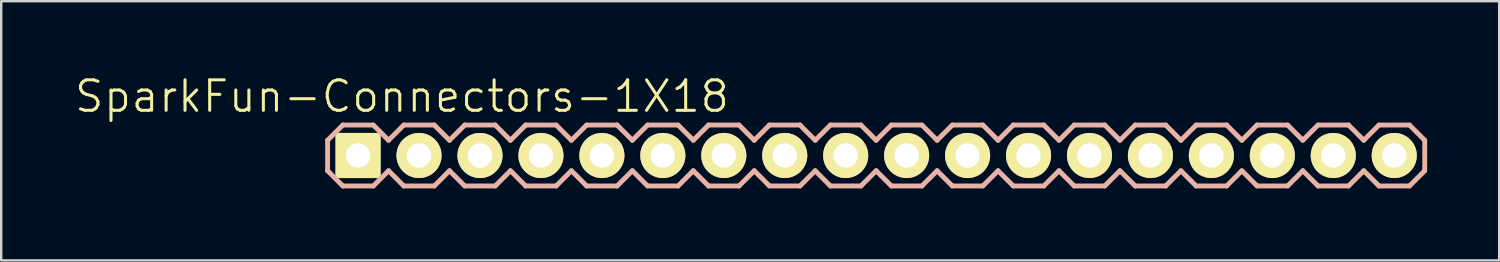
<source format=kicad_pcb>
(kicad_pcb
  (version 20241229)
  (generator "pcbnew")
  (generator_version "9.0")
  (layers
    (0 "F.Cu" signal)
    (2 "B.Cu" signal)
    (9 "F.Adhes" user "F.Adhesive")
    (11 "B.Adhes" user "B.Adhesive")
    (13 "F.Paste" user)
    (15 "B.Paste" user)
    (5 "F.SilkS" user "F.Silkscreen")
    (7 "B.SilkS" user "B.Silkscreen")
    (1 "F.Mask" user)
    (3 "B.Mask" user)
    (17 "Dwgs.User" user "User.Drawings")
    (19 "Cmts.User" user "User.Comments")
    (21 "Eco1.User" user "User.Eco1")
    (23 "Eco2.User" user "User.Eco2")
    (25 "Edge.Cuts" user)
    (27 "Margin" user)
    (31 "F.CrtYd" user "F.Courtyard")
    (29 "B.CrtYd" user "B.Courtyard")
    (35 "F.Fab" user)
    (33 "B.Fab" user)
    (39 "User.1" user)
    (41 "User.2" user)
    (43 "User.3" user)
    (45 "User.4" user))
  (footprint "SparkFun-Connectors-1X18"
    (layer "F.Cu")
    (at 11.872 3.43)
    (property "Reference" "SparkFun-Connectors-1X18" (at 1.829 -2.464 0) (layer "F.SilkS") (effects (font (size 1.27 1.27) (thickness 0.127))))
    (attr exclude_from_pos_files exclude_from_bom)
    (fp_line (start -0.254 -0.254) (end 0.254 -0.254) (stroke (width 0.066) (type solid)) (layer "F.SilkS"))
    (fp_line (start -0.254 0.254) (end -0.254 -0.254) (stroke (width 0.066) (type solid)) (layer "F.SilkS"))
    (fp_line (start -0.254 0.254) (end 0.254 0.254) (stroke (width 0.066) (type solid)) (layer "F.SilkS"))
    (fp_line (start 0.254 0.254) (end 0.254 -0.254) (stroke (width 0.066) (type solid)) (layer "F.SilkS"))
    (fp_line (start 2.286 -0.254) (end 2.794 -0.254) (stroke (width 0.066) (type solid)) (layer "F.SilkS"))
    (fp_line (start 2.286 0.254) (end 2.286 -0.254) (stroke (width 0.066) (type solid)) (layer "F.SilkS"))
    (fp_line (start 2.286 0.254) (end 2.794 0.254) (stroke (width 0.066) (type solid)) (layer "F.SilkS"))
    (fp_line (start 2.794 0.254) (end 2.794 -0.254) (stroke (width 0.066) (type solid)) (layer "F.SilkS"))
    (fp_line (start 4.826 -0.254) (end 5.334 -0.254) (stroke (width 0.066) (type solid)) (layer "F.SilkS"))
    (fp_line (start 4.826 0.254) (end 4.826 -0.254) (stroke (width 0.066) (type solid)) (layer "F.SilkS"))
    (fp_line (start 4.826 0.254) (end 5.334 0.254) (stroke (width 0.066) (type solid)) (layer "F.SilkS"))
    (fp_line (start 5.334 0.254) (end 5.334 -0.254) (stroke (width 0.066) (type solid)) (layer "F.SilkS"))
    (fp_line (start 7.366 -0.254) (end 7.874 -0.254) (stroke (width 0.066) (type solid)) (layer "F.SilkS"))
    (fp_line (start 7.366 0.254) (end 7.366 -0.254) (stroke (width 0.066) (type solid)) (layer "F.SilkS"))
    (fp_line (start 7.366 0.254) (end 7.874 0.254) (stroke (width 0.066) (type solid)) (layer "F.SilkS"))
    (fp_line (start 7.874 0.254) (end 7.874 -0.254) (stroke (width 0.066) (type solid)) (layer "F.SilkS"))
    (fp_line (start 9.906 -0.254) (end 10.414 -0.254) (stroke (width 0.066) (type solid)) (layer "F.SilkS"))
    (fp_line (start 9.906 0.254) (end 9.906 -0.254) (stroke (width 0.066) (type solid)) (layer "F.SilkS"))
    (fp_line (start 9.906 0.254) (end 10.414 0.254) (stroke (width 0.066) (type solid)) (layer "F.SilkS"))
    (fp_line (start 10.414 0.254) (end 10.414 -0.254) (stroke (width 0.066) (type solid)) (layer "F.SilkS"))
    (fp_line (start 12.446 -0.254) (end 12.954 -0.254) (stroke (width 0.066) (type solid)) (layer "F.SilkS"))
    (fp_line (start 12.446 0.254) (end 12.446 -0.254) (stroke (width 0.066) (type solid)) (layer "F.SilkS"))
    (fp_line (start 12.446 0.254) (end 12.954 0.254) (stroke (width 0.066) (type solid)) (layer "F.SilkS"))
    (fp_line (start 12.954 0.254) (end 12.954 -0.254) (stroke (width 0.066) (type solid)) (layer "F.SilkS"))
    (fp_line (start 14.986 -0.254) (end 15.494 -0.254) (stroke (width 0.066) (type solid)) (layer "F.SilkS"))
    (fp_line (start 14.986 0.254) (end 14.986 -0.254) (stroke (width 0.066) (type solid)) (layer "F.SilkS"))
    (fp_line (start 14.986 0.254) (end 15.494 0.254) (stroke (width 0.066) (type solid)) (layer "F.SilkS"))
    (fp_line (start 15.494 0.254) (end 15.494 -0.254) (stroke (width 0.066) (type solid)) (layer "F.SilkS"))
    (fp_line (start 17.523 -0.254) (end 18.034 -0.254) (stroke (width 0.066) (type solid)) (layer "F.SilkS"))
    (fp_line (start 17.523 0.254) (end 17.523 -0.254) (stroke (width 0.066) (type solid)) (layer "F.SilkS"))
    (fp_line (start 17.523 0.254) (end 18.034 0.254) (stroke (width 0.066) (type solid)) (layer "F.SilkS"))
    (fp_line (start 18.034 0.254) (end 18.034 -0.254) (stroke (width 0.066) (type solid)) (layer "F.SilkS"))
    (fp_line (start 20.066 -0.254) (end 20.574 -0.254) (stroke (width 0.066) (type solid)) (layer "F.SilkS"))
    (fp_line (start 20.066 0.254) (end 20.066 -0.254) (stroke (width 0.066) (type solid)) (layer "F.SilkS"))
    (fp_line (start 20.066 0.254) (end 20.574 0.254) (stroke (width 0.066) (type solid)) (layer "F.SilkS"))
    (fp_line (start 20.574 0.254) (end 20.574 -0.254) (stroke (width 0.066) (type solid)) (layer "F.SilkS"))
    (fp_line (start 22.606 -0.254) (end 23.114 -0.254) (stroke (width 0.066) (type solid)) (layer "F.SilkS"))
    (fp_line (start 22.606 0.254) (end 22.606 -0.254) (stroke (width 0.066) (type solid)) (layer "F.SilkS"))
    (fp_line (start 22.606 0.254) (end 23.114 0.254) (stroke (width 0.066) (type solid)) (layer "F.SilkS"))
    (fp_line (start 23.114 0.254) (end 23.114 -0.254) (stroke (width 0.066) (type solid)) (layer "F.SilkS"))
    (fp_line (start 25.146 -0.254) (end 25.654 -0.254) (stroke (width 0.066) (type solid)) (layer "F.SilkS"))
    (fp_line (start 25.146 0.254) (end 25.146 -0.254) (stroke (width 0.066) (type solid)) (layer "F.SilkS"))
    (fp_line (start 25.146 0.254) (end 25.654 0.254) (stroke (width 0.066) (type solid)) (layer "F.SilkS"))
    (fp_line (start 25.654 0.254) (end 25.654 -0.254) (stroke (width 0.066) (type solid)) (layer "F.SilkS"))
    (fp_line (start 27.686 -0.254) (end 28.194 -0.254) (stroke (width 0.066) (type solid)) (layer "F.SilkS"))
    (fp_line (start 27.686 0.254) (end 27.686 -0.254) (stroke (width 0.066) (type solid)) (layer "F.SilkS"))
    (fp_line (start 27.686 0.254) (end 28.194 0.254) (stroke (width 0.066) (type solid)) (layer "F.SilkS"))
    (fp_line (start 28.194 0.254) (end 28.194 -0.254) (stroke (width 0.066) (type solid)) (layer "F.SilkS"))
    (fp_line (start 30.226 -0.254) (end 30.734 -0.254) (stroke (width 0.066) (type solid)) (layer "F.SilkS"))
    (fp_line (start 30.226 0.254) (end 30.226 -0.254) (stroke (width 0.066) (type solid)) (layer "F.SilkS"))
    (fp_line (start 30.226 0.254) (end 30.734 0.254) (stroke (width 0.066) (type solid)) (layer "F.SilkS"))
    (fp_line (start 30.734 0.254) (end 30.734 -0.254) (stroke (width 0.066) (type solid)) (layer "F.SilkS"))
    (fp_line (start 32.766 -0.254) (end 33.274 -0.254) (stroke (width 0.066) (type solid)) (layer "F.SilkS"))
    (fp_line (start 32.766 0.254) (end 32.766 -0.254) (stroke (width 0.066) (type solid)) (layer "F.SilkS"))
    (fp_line (start 32.766 0.254) (end 33.274 0.254) (stroke (width 0.066) (type solid)) (layer "F.SilkS"))
    (fp_line (start 33.274 0.254) (end 33.274 -0.254) (stroke (width 0.066) (type solid)) (layer "F.SilkS"))
    (fp_line (start 35.303 -0.254) (end 35.814 -0.254) (stroke (width 0.066) (type solid)) (layer "F.SilkS"))
    (fp_line (start 35.303 0.254) (end 35.303 -0.254) (stroke (width 0.066) (type solid)) (layer "F.SilkS"))
    (fp_line (start 35.303 0.254) (end 35.814 0.254) (stroke (width 0.066) (type solid)) (layer "F.SilkS"))
    (fp_line (start 35.814 0.254) (end 35.814 -0.254) (stroke (width 0.066) (type solid)) (layer "F.SilkS"))
    (fp_line (start 37.846 -0.254) (end 38.354 -0.254) (stroke (width 0.066) (type solid)) (layer "F.SilkS"))
    (fp_line (start 37.846 0.254) (end 37.846 -0.254) (stroke (width 0.066) (type solid)) (layer "F.SilkS"))
    (fp_line (start 37.846 0.254) (end 38.354 0.254) (stroke (width 0.066) (type solid)) (layer "F.SilkS"))
    (fp_line (start 38.354 0.254) (end 38.354 -0.254) (stroke (width 0.066) (type solid)) (layer "F.SilkS"))
    (fp_line (start 40.386 -0.254) (end 40.894 -0.254) (stroke (width 0.066) (type solid)) (layer "F.SilkS"))
    (fp_line (start 40.386 0.254) (end 40.386 -0.254) (stroke (width 0.066) (type solid)) (layer "F.SilkS"))
    (fp_line (start 40.386 0.254) (end 40.894 0.254) (stroke (width 0.066) (type solid)) (layer "F.SilkS"))
    (fp_line (start 40.894 0.254) (end 40.894 -0.254) (stroke (width 0.066) (type solid)) (layer "F.SilkS"))
    (fp_line (start 42.926 -0.254) (end 43.434 -0.254) (stroke (width 0.066) (type solid)) (layer "F.SilkS"))
    (fp_line (start 42.926 0.254) (end 42.926 -0.254) (stroke (width 0.066) (type solid)) (layer "F.SilkS"))
    (fp_line (start 42.926 0.254) (end 43.434 0.254) (stroke (width 0.066) (type solid)) (layer "F.SilkS"))
    (fp_line (start 43.434 0.254) (end 43.434 -0.254) (stroke (width 0.066) (type solid)) (layer "F.SilkS"))
    (fp_line (start -1.27 -0.635) (end -1.27 0.635) (stroke (width 0.203) (type solid)) (layer "B.SilkS"))
    (fp_line (start -1.27 0.635) (end -0.635 1.27) (stroke (width 0.203) (type solid)) (layer "B.SilkS"))
    (fp_line (start -0.635 -1.27) (end -1.27 -0.635) (stroke (width 0.203) (type solid)) (layer "B.SilkS"))
    (fp_line (start -0.635 -1.27) (end 0.635 -1.27) (stroke (width 0.203) (type solid)) (layer "B.SilkS"))
    (fp_line (start 0.635 -1.27) (end 1.27 -0.635) (stroke (width 0.203) (type solid)) (layer "B.SilkS"))
    (fp_line (start 0.635 1.27) (end -0.635 1.27) (stroke (width 0.203) (type solid)) (layer "B.SilkS"))
    (fp_line (start 1.27 -0.635) (end 1.905 -1.27) (stroke (width 0.203) (type solid)) (layer "B.SilkS"))
    (fp_line (start 1.27 0.635) (end 0.635 1.27) (stroke (width 0.203) (type solid)) (layer "B.SilkS"))
    (fp_line (start 1.905 -1.27) (end 3.175 -1.27) (stroke (width 0.203) (type solid)) (layer "B.SilkS"))
    (fp_line (start 1.905 1.27) (end 1.27 0.635) (stroke (width 0.203) (type solid)) (layer "B.SilkS"))
    (fp_line (start 3.175 -1.27) (end 3.81 -0.635) (stroke (width 0.203) (type solid)) (layer "B.SilkS"))
    (fp_line (start 3.175 1.27) (end 1.905 1.27) (stroke (width 0.203) (type solid)) (layer "B.SilkS"))
    (fp_line (start 3.81 -0.635) (end 4.445 -1.27) (stroke (width 0.203) (type solid)) (layer "B.SilkS"))
    (fp_line (start 3.81 0.635) (end 3.175 1.27) (stroke (width 0.203) (type solid)) (layer "B.SilkS"))
    (fp_line (start 4.445 -1.27) (end 5.715 -1.27) (stroke (width 0.203) (type solid)) (layer "B.SilkS"))
    (fp_line (start 4.445 1.27) (end 3.81 0.635) (stroke (width 0.203) (type solid)) (layer "B.SilkS"))
    (fp_line (start 5.715 -1.27) (end 6.35 -0.635) (stroke (width 0.203) (type solid)) (layer "B.SilkS"))
    (fp_line (start 5.715 1.27) (end 4.445 1.27) (stroke (width 0.203) (type solid)) (layer "B.SilkS"))
    (fp_line (start 6.35 0.635) (end 5.715 1.27) (stroke (width 0.203) (type solid)) (layer "B.SilkS"))
    (fp_line (start 6.35 0.635) (end 6.985 1.27) (stroke (width 0.203) (type solid)) (layer "B.SilkS"))
    (fp_line (start 6.985 -1.27) (end 6.35 -0.635) (stroke (width 0.203) (type solid)) (layer "B.SilkS"))
    (fp_line (start 6.985 -1.27) (end 8.255 -1.27) (stroke (width 0.203) (type solid)) (layer "B.SilkS"))
    (fp_line (start 8.255 -1.27) (end 8.89 -0.635) (stroke (width 0.203) (type solid)) (layer "B.SilkS"))
    (fp_line (start 8.255 1.27) (end 6.985 1.27) (stroke (width 0.203) (type solid)) (layer "B.SilkS"))
    (fp_line (start 8.89 -0.635) (end 9.525 -1.27) (stroke (width 0.203) (type solid)) (layer "B.SilkS"))
    (fp_line (start 8.89 0.635) (end 8.255 1.27) (stroke (width 0.203) (type solid)) (layer "B.SilkS"))
    (fp_line (start 9.525 -1.27) (end 10.795 -1.27) (stroke (width 0.203) (type solid)) (layer "B.SilkS"))
    (fp_line (start 9.525 1.27) (end 8.89 0.635) (stroke (width 0.203) (type solid)) (layer "B.SilkS"))
    (fp_line (start 10.795 -1.27) (end 11.43 -0.635) (stroke (width 0.203) (type solid)) (layer "B.SilkS"))
    (fp_line (start 10.795 1.27) (end 9.525 1.27) (stroke (width 0.203) (type solid)) (layer "B.SilkS"))
    (fp_line (start 11.43 -0.635) (end 12.065 -1.27) (stroke (width 0.203) (type solid)) (layer "B.SilkS"))
    (fp_line (start 11.43 0.635) (end 10.795 1.27) (stroke (width 0.203) (type solid)) (layer "B.SilkS"))
    (fp_line (start 12.065 -1.27) (end 13.335 -1.27) (stroke (width 0.203) (type solid)) (layer "B.SilkS"))
    (fp_line (start 12.065 1.27) (end 11.43 0.635) (stroke (width 0.203) (type solid)) (layer "B.SilkS"))
    (fp_line (start 13.335 -1.27) (end 13.97 -0.635) (stroke (width 0.203) (type solid)) (layer "B.SilkS"))
    (fp_line (start 13.335 1.27) (end 12.065 1.27) (stroke (width 0.203) (type solid)) (layer "B.SilkS"))
    (fp_line (start 13.97 0.635) (end 13.335 1.27) (stroke (width 0.203) (type solid)) (layer "B.SilkS"))
    (fp_line (start 13.97 0.635) (end 14.605 1.27) (stroke (width 0.203) (type solid)) (layer "B.SilkS"))
    (fp_line (start 14.605 -1.27) (end 13.97 -0.635) (stroke (width 0.203) (type solid)) (layer "B.SilkS"))
    (fp_line (start 14.605 -1.27) (end 15.875 -1.27) (stroke (width 0.203) (type solid)) (layer "B.SilkS"))
    (fp_line (start 15.875 -1.27) (end 16.51 -0.635) (stroke (width 0.203) (type solid)) (layer "B.SilkS"))
    (fp_line (start 15.875 1.27) (end 14.605 1.27) (stroke (width 0.203) (type solid)) (layer "B.SilkS"))
    (fp_line (start 16.51 0.635) (end 15.875 1.27) (stroke (width 0.203) (type solid)) (layer "B.SilkS"))
    (fp_line (start 16.51 0.635) (end 17.145 1.27) (stroke (width 0.203) (type solid)) (layer "B.SilkS"))
    (fp_line (start 17.145 -1.27) (end 16.51 -0.635) (stroke (width 0.203) (type solid)) (layer "B.SilkS"))
    (fp_line (start 17.145 -1.27) (end 18.415 -1.27) (stroke (width 0.203) (type solid)) (layer "B.SilkS"))
    (fp_line (start 18.415 -1.27) (end 19.05 -0.635) (stroke (width 0.203) (type solid)) (layer "B.SilkS"))
    (fp_line (start 18.415 1.27) (end 17.145 1.27) (stroke (width 0.203) (type solid)) (layer "B.SilkS"))
    (fp_line (start 19.05 -0.635) (end 19.685 -1.27) (stroke (width 0.203) (type solid)) (layer "B.SilkS"))
    (fp_line (start 19.05 0.635) (end 18.415 1.27) (stroke (width 0.203) (type solid)) (layer "B.SilkS"))
    (fp_line (start 19.685 -1.27) (end 20.955 -1.27) (stroke (width 0.203) (type solid)) (layer "B.SilkS"))
    (fp_line (start 19.685 1.27) (end 19.05 0.635) (stroke (width 0.203) (type solid)) (layer "B.SilkS"))
    (fp_line (start 20.955 -1.27) (end 21.59 -0.635) (stroke (width 0.203) (type solid)) (layer "B.SilkS"))
    (fp_line (start 20.955 1.27) (end 19.685 1.27) (stroke (width 0.203) (type solid)) (layer "B.SilkS"))
    (fp_line (start 21.59 -0.635) (end 22.225 -1.27) (stroke (width 0.203) (type solid)) (layer "B.SilkS"))
    (fp_line (start 21.59 0.635) (end 20.955 1.27) (stroke (width 0.203) (type solid)) (layer "B.SilkS"))
    (fp_line (start 22.225 -1.27) (end 23.495 -1.27) (stroke (width 0.203) (type solid)) (layer "B.SilkS"))
    (fp_line (start 22.225 1.27) (end 21.59 0.635) (stroke (width 0.203) (type solid)) (layer "B.SilkS"))
    (fp_line (start 23.495 -1.27) (end 24.13 -0.635) (stroke (width 0.203) (type solid)) (layer "B.SilkS"))
    (fp_line (start 23.495 1.27) (end 22.225 1.27) (stroke (width 0.203) (type solid)) (layer "B.SilkS"))
    (fp_line (start 24.13 0.635) (end 23.495 1.27) (stroke (width 0.203) (type solid)) (layer "B.SilkS"))
    (fp_line (start 24.13 0.635) (end 24.765 1.27) (stroke (width 0.203) (type solid)) (layer "B.SilkS"))
    (fp_line (start 24.765 -1.27) (end 24.13 -0.635) (stroke (width 0.203) (type solid)) (layer "B.SilkS"))
    (fp_line (start 24.765 -1.27) (end 26.035 -1.27) (stroke (width 0.203) (type solid)) (layer "B.SilkS"))
    (fp_line (start 26.035 -1.27) (end 26.67 -0.635) (stroke (width 0.203) (type solid)) (layer "B.SilkS"))
    (fp_line (start 26.035 1.27) (end 24.765 1.27) (stroke (width 0.203) (type solid)) (layer "B.SilkS"))
    (fp_line (start 26.67 -0.635) (end 27.305 -1.27) (stroke (width 0.203) (type solid)) (layer "B.SilkS"))
    (fp_line (start 26.67 0.635) (end 26.035 1.27) (stroke (width 0.203) (type solid)) (layer "B.SilkS"))
    (fp_line (start 27.305 -1.27) (end 28.575 -1.27) (stroke (width 0.203) (type solid)) (layer "B.SilkS"))
    (fp_line (start 27.305 1.27) (end 26.67 0.635) (stroke (width 0.203) (type solid)) (layer "B.SilkS"))
    (fp_line (start 28.575 -1.27) (end 29.21 -0.635) (stroke (width 0.203) (type solid)) (layer "B.SilkS"))
    (fp_line (start 28.575 1.27) (end 27.305 1.27) (stroke (width 0.203) (type solid)) (layer "B.SilkS"))
    (fp_line (start 29.21 -0.635) (end 29.845 -1.27) (stroke (width 0.203) (type solid)) (layer "B.SilkS"))
    (fp_line (start 29.21 0.635) (end 28.575 1.27) (stroke (width 0.203) (type solid)) (layer "B.SilkS"))
    (fp_line (start 29.845 -1.27) (end 31.115 -1.27) (stroke (width 0.203) (type solid)) (layer "B.SilkS"))
    (fp_line (start 29.845 1.27) (end 29.21 0.635) (stroke (width 0.203) (type solid)) (layer "B.SilkS"))
    (fp_line (start 31.115 -1.27) (end 31.75 -0.635) (stroke (width 0.203) (type solid)) (layer "B.SilkS"))
    (fp_line (start 31.115 1.27) (end 29.845 1.27) (stroke (width 0.203) (type solid)) (layer "B.SilkS"))
    (fp_line (start 31.75 0.635) (end 31.115 1.27) (stroke (width 0.203) (type solid)) (layer "B.SilkS"))
    (fp_line (start 31.75 0.635) (end 32.385 1.27) (stroke (width 0.203) (type solid)) (layer "B.SilkS"))
    (fp_line (start 32.385 -1.27) (end 31.75 -0.635) (stroke (width 0.203) (type solid)) (layer "B.SilkS"))
    (fp_line (start 32.385 -1.27) (end 33.655 -1.27) (stroke (width 0.203) (type solid)) (layer "B.SilkS"))
    (fp_line (start 33.655 -1.27) (end 34.29 -0.635) (stroke (width 0.203) (type solid)) (layer "B.SilkS"))
    (fp_line (start 33.655 1.27) (end 32.385 1.27) (stroke (width 0.203) (type solid)) (layer "B.SilkS"))
    (fp_line (start 34.29 0.635) (end 33.655 1.27) (stroke (width 0.203) (type solid)) (layer "B.SilkS"))
    (fp_line (start 34.29 0.635) (end 34.925 1.27) (stroke (width 0.203) (type solid)) (layer "B.SilkS"))
    (fp_line (start 34.925 -1.27) (end 34.29 -0.635) (stroke (width 0.203) (type solid)) (layer "B.SilkS"))
    (fp_line (start 34.925 -1.27) (end 36.195 -1.27) (stroke (width 0.203) (type solid)) (layer "B.SilkS"))
    (fp_line (start 36.195 -1.27) (end 36.83 -0.635) (stroke (width 0.203) (type solid)) (layer "B.SilkS"))
    (fp_line (start 36.195 1.27) (end 34.925 1.27) (stroke (width 0.203) (type solid)) (layer "B.SilkS"))
    (fp_line (start 36.83 0.635) (end 36.195 1.27) (stroke (width 0.203) (type solid)) (layer "B.SilkS"))
    (fp_line (start 36.83 0.635) (end 37.465 1.27) (stroke (width 0.203) (type solid)) (layer "B.SilkS"))
    (fp_line (start 37.465 -1.27) (end 36.83 -0.635) (stroke (width 0.203) (type solid)) (layer "B.SilkS"))
    (fp_line (start 37.465 -1.27) (end 38.735 -1.27) (stroke (width 0.203) (type solid)) (layer "B.SilkS"))
    (fp_line (start 38.735 -1.27) (end 39.37 -0.635) (stroke (width 0.203) (type solid)) (layer "B.SilkS"))
    (fp_line (start 38.735 1.27) (end 37.465 1.27) (stroke (width 0.203) (type solid)) (layer "B.SilkS"))
    (fp_line (start 39.37 0.635) (end 38.735 1.27) (stroke (width 0.203) (type solid)) (layer "B.SilkS"))
    (fp_line (start 39.37 0.635) (end 40.005 1.27) (stroke (width 0.203) (type solid)) (layer "B.SilkS"))
    (fp_line (start 40.005 -1.27) (end 39.37 -0.635) (stroke (width 0.203) (type solid)) (layer "B.SilkS"))
    (fp_line (start 40.005 -1.27) (end 41.275 -1.27) (stroke (width 0.203) (type solid)) (layer "B.SilkS"))
    (fp_line (start 41.275 -1.27) (end 41.91 -0.635) (stroke (width 0.203) (type solid)) (layer "B.SilkS"))
    (fp_line (start 41.275 1.27) (end 40.005 1.27) (stroke (width 0.203) (type solid)) (layer "B.SilkS"))
    (fp_line (start 41.91 0.635) (end 41.275 1.27) (stroke (width 0.203) (type solid)) (layer "B.SilkS"))
    (fp_line (start 41.91 0.635) (end 42.545 1.27) (stroke (width 0.203) (type solid)) (layer "B.SilkS"))
    (fp_line (start 42.545 -1.27) (end 41.91 -0.635) (stroke (width 0.203) (type solid)) (layer "B.SilkS"))
    (fp_line (start 42.545 -1.27) (end 43.815 -1.27) (stroke (width 0.203) (type solid)) (layer "B.SilkS"))
    (fp_line (start 43.815 -1.27) (end 44.45 -0.635) (stroke (width 0.203) (type solid)) (layer "B.SilkS"))
    (fp_line (start 43.815 1.27) (end 42.545 1.27) (stroke (width 0.203) (type solid)) (layer "B.SilkS"))
    (fp_line (start 44.45 -0.635) (end 44.45 0.635) (stroke (width 0.203) (type solid)) (layer "B.SilkS"))
    (fp_line (start 44.45 0.635) (end 43.815 1.27) (stroke (width 0.203) (type solid)) (layer "B.SilkS"))
    (pad "1" thru_hole rect (at 0 0) (size 1.88 1.88) (drill 1.016) (layers "*.Cu" "F.Mask" "F.SilkS" "F.Paste"))
    (pad "2" thru_hole circle (at 2.54 0) (size 1.88 1.88) (drill 1.016) (layers "*.Cu" "F.Mask" "F.SilkS" "F.Paste"))
    (pad "3" thru_hole circle (at 5.08 0) (size 1.88 1.88) (drill 1.016) (layers "*.Cu" "F.Mask" "F.SilkS" "F.Paste"))
    (pad "4" thru_hole circle (at 7.62 0) (size 1.88 1.88) (drill 1.016) (layers "*.Cu" "F.Mask" "F.SilkS" "F.Paste"))
    (pad "5" thru_hole circle (at 10.16 0) (size 1.88 1.88) (drill 1.016) (layers "*.Cu" "F.Mask" "F.SilkS" "F.Paste"))
    (pad "6" thru_hole circle (at 12.7 0) (size 1.88 1.88) (drill 1.016) (layers "*.Cu" "F.Mask" "F.SilkS" "F.Paste"))
    (pad "7" thru_hole circle (at 15.24 0) (size 1.88 1.88) (drill 1.016) (layers "*.Cu" "F.Mask" "F.SilkS" "F.Paste"))
    (pad "8" thru_hole circle (at 17.78 0) (size 1.88 1.88) (drill 1.016) (layers "*.Cu" "F.Mask" "F.SilkS" "F.Paste"))
    (pad "9" thru_hole circle (at 20.32 0) (size 1.88 1.88) (drill 1.016) (layers "*.Cu" "F.Mask" "F.SilkS" "F.Paste"))
    (pad "10" thru_hole circle (at 22.86 0) (size 1.88 1.88) (drill 1.016) (layers "*.Cu" "F.Mask" "F.SilkS" "F.Paste"))
    (pad "11" thru_hole circle (at 25.4 0) (size 1.88 1.88) (drill 1.016) (layers "*.Cu" "F.Mask" "F.SilkS" "F.Paste"))
    (pad "12" thru_hole circle (at 27.94 0) (size 1.88 1.88) (drill 1.016) (layers "*.Cu" "F.Mask" "F.SilkS" "F.Paste"))
    (pad "13" thru_hole circle (at 30.48 0) (size 1.88 1.88) (drill 1.016) (layers "*.Cu" "F.Mask" "F.SilkS" "F.Paste"))
    (pad "14" thru_hole circle (at 33.02 0) (size 1.88 1.88) (drill 1.016) (layers "*.Cu" "F.Mask" "F.SilkS" "F.Paste"))
    (pad "15" thru_hole circle (at 35.56 0) (size 1.88 1.88) (drill 1.016) (layers "*.Cu" "F.Mask" "F.SilkS" "F.Paste"))
    (pad "16" thru_hole circle (at 38.1 0) (size 1.88 1.88) (drill 1.016) (layers "*.Cu" "F.Mask" "F.SilkS" "F.Paste"))
    (pad "17" thru_hole circle (at 40.64 0) (size 1.88 1.88) (drill 1.016) (layers "*.Cu" "F.Mask" "F.SilkS" "F.Paste"))
    (pad "18" thru_hole circle (at 43.18 0) (size 1.88 1.88) (drill 1.016) (layers "*.Cu" "F.Mask" "F.SilkS" "F.Paste")))
  (gr_rect
    (start -3 -3)
    (end 59.424 7.801)
    (stroke (width 0.1) (type default))
    (fill no)
    (layer "Edge.Cuts")))
</source>
